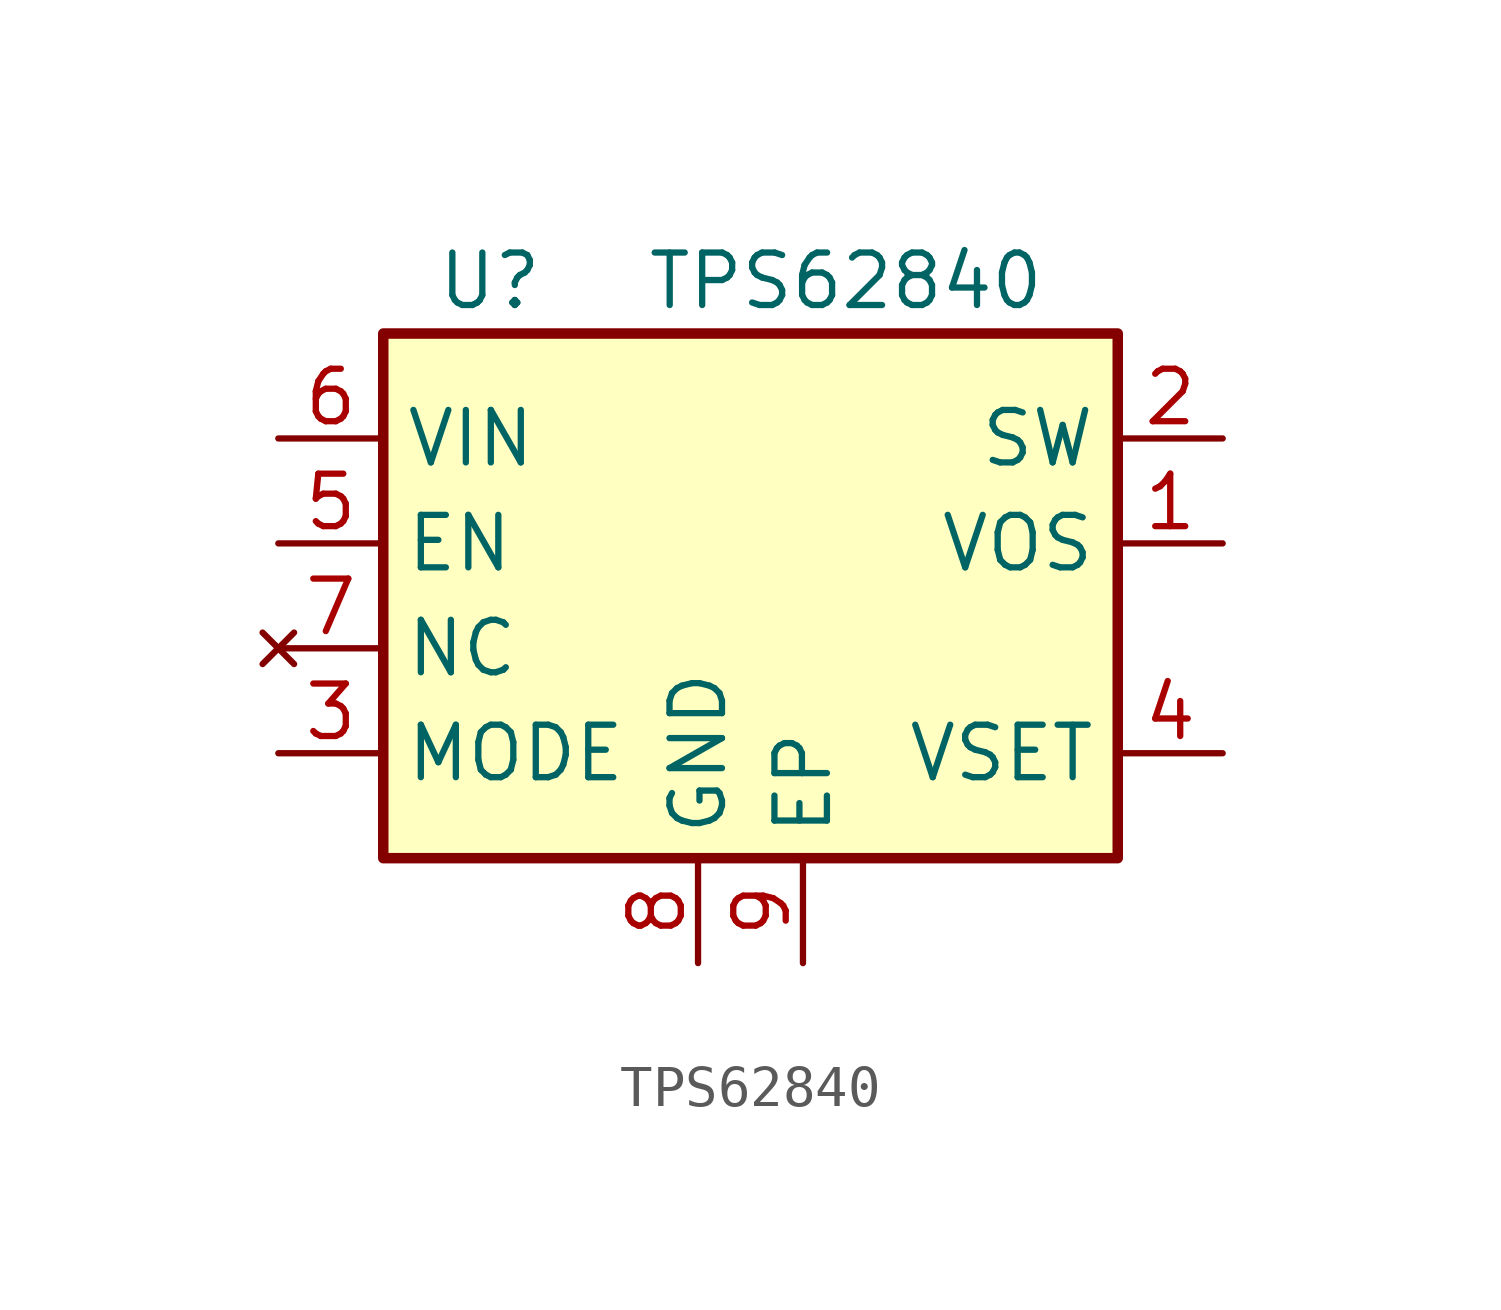
<source format=kicad_sym>
(kicad_symbol_lib
  (version 20210619)
  (generator kicad_symbol_editor)
  (symbol "Local:TPS62840"
    (property "Reference" "U"
      (at -7.62 6.35 0)
      (effects (font (size 1.27 1.27)) (justify left)))
    (property "Value" "TPS62840"
      (at -2.54 6.35 0)
      (effects (font (size 1.27 1.27)) (justify left)))
    (symbol "TPS62840_0_1"
      (rectangle (start -8.89 5.08) (end 8.89 -7.62) (stroke (width 0.254)) (fill (type background))))
    (symbol "TPS62840_1_1"
      (pin input line (at 11.43 0 180) (length 2.54) (name "VOS" (effects (font (size 1.27 1.27)))) (number "1" (effects (font (size 1.27 1.27)))))
      (pin power_out line (at 11.43 2.54 180) (length 2.54) (name "SW" (effects (font (size 1.27 1.27)))) (number "2" (effects (font (size 1.27 1.27)))))
      (pin input line (at -11.43 -5.08 0) (length 2.54) (name "MODE" (effects (font (size 1.27 1.27)))) (number "3" (effects (font (size 1.27 1.27)))))
      (pin input line (at 11.43 -5.08 180) (length 2.54) (name "VSET" (effects (font (size 1.27 1.27)))) (number "4" (effects (font (size 1.27 1.27)))))
      (pin input line (at -11.43 0 0) (length 2.54) (name "EN" (effects (font (size 1.27 1.27)))) (number "5" (effects (font (size 1.27 1.27)))))
      (pin power_in line (at -11.43 2.54 0) (length 2.54) (name "VIN" (effects (font (size 1.27 1.27)))) (number "6" (effects (font (size 1.27 1.27)))))
      (pin no_connect line (at -11.43 -2.54 0) (length 2.54) (name "NC" (effects (font (size 1.27 1.27)))) (number "7" (effects (font (size 1.27 1.27)))))
      (pin power_in line (at -1.27 -10.16 90) (length 2.54) (name "GND" (effects (font (size 1.27 1.27)))) (number "8" (effects (font (size 1.27 1.27)))))
      (pin power_in line (at 1.27 -10.16 90) (length 2.54) (name "EP" (effects (font (size 1.27 1.27)))) (number "9" (effects (font (size 1.27 1.27))))))))
</source>
